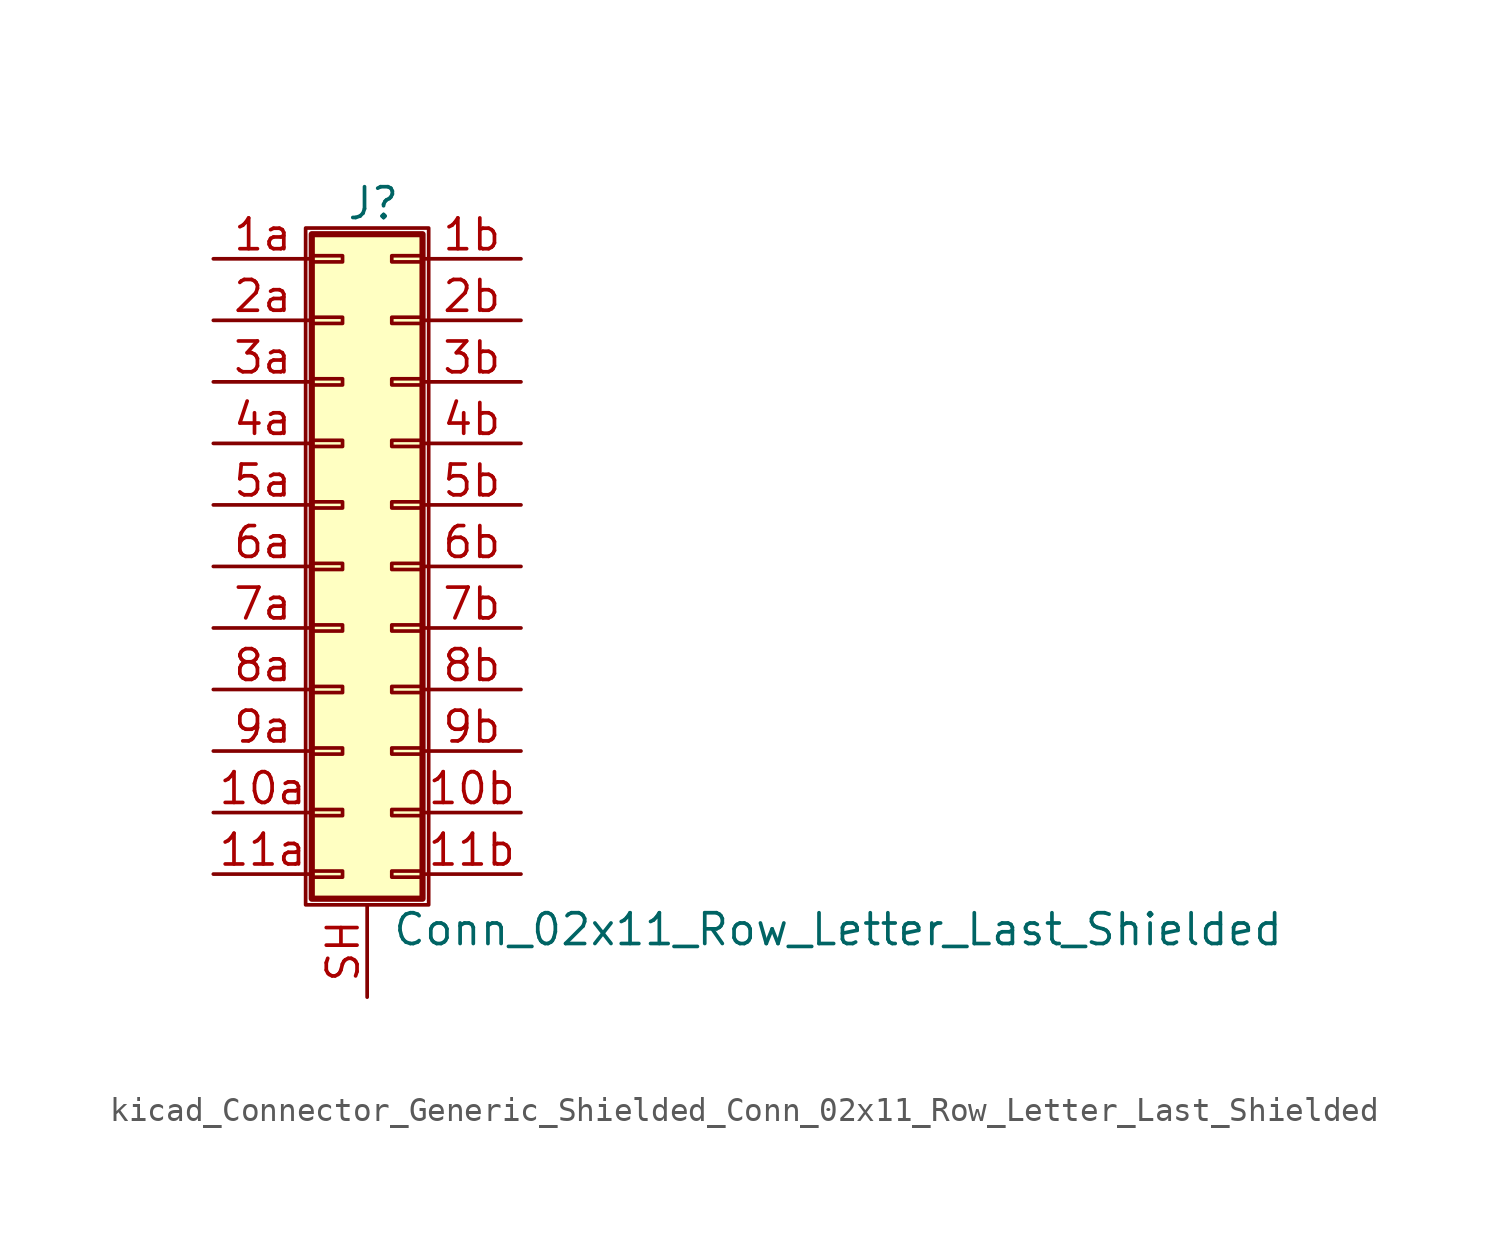
<source format=kicad_sym>
(kicad_symbol_lib
  (version 20220914)
  (generator kicad_symbol_editor)
  (symbol "kicad_Connector_Generic_Shielded_Conn_02x11_Row_Letter_Last_Shielded"
    (pin_names
      (offset 1.016) hide)
    (property "Reference" "J"
      (at 1.524 14.986 0)
      (effects (font (size 1.27 1.27))))
    (property "Value" "Conn_02x11_Row_Letter_Last_Shielded"
      (at 2.286 -14.986 0)
      (effects (font (size 1.27 1.27)) (justify left)))
    (symbol "kicad_Connector_Generic_Shielded_Conn_02x11_Row_Letter_Last_Shielded_1_1"
      (rectangle (start -1.27 13.97) (end 3.81 -13.97) (stroke (width 0.152) (type default)) (fill (type none)))
      (rectangle (start -1.016 -12.573) (end 0.254 -12.827) (stroke (width 0.152) (type default)) (fill (type none)))
      (rectangle (start -1.016 -10.033) (end 0.254 -10.287) (stroke (width 0.152) (type default)) (fill (type none)))
      (rectangle (start -1.016 -7.493) (end 0.254 -7.747) (stroke (width 0.152) (type default)) (fill (type none)))
      (rectangle (start -1.016 -4.953) (end 0.254 -5.207) (stroke (width 0.152) (type default)) (fill (type none)))
      (rectangle (start -1.016 -2.413) (end 0.254 -2.667) (stroke (width 0.152) (type default)) (fill (type none)))
      (rectangle (start -1.016 0.127) (end 0.254 -0.127) (stroke (width 0.152) (type default)) (fill (type none)))
      (rectangle (start -1.016 2.667) (end 0.254 2.413) (stroke (width 0.152) (type default)) (fill (type none)))
      (rectangle (start -1.016 5.207) (end 0.254 4.953) (stroke (width 0.152) (type default)) (fill (type none)))
      (rectangle (start -1.016 7.747) (end 0.254 7.493) (stroke (width 0.152) (type default)) (fill (type none)))
      (rectangle (start -1.016 10.287) (end 0.254 10.033) (stroke (width 0.152) (type default)) (fill (type none)))
      (rectangle (start -1.016 12.827) (end 0.254 12.573) (stroke (width 0.152) (type default)) (fill (type none)))
      (rectangle (start -1.016 13.716) (end 3.556 -13.716) (stroke (width 0.254) (type default)) (fill (type background)))
      (rectangle (start 3.556 -12.573) (end 2.286 -12.827) (stroke (width 0.152) (type default)) (fill (type none)))
      (rectangle (start 3.556 -10.033) (end 2.286 -10.287) (stroke (width 0.152) (type default)) (fill (type none)))
      (rectangle (start 3.556 -7.493) (end 2.286 -7.747) (stroke (width 0.152) (type default)) (fill (type none)))
      (rectangle (start 3.556 -4.953) (end 2.286 -5.207) (stroke (width 0.152) (type default)) (fill (type none)))
      (rectangle (start 3.556 -2.413) (end 2.286 -2.667) (stroke (width 0.152) (type default)) (fill (type none)))
      (rectangle (start 3.556 0.127) (end 2.286 -0.127) (stroke (width 0.152) (type default)) (fill (type none)))
      (rectangle (start 3.556 2.667) (end 2.286 2.413) (stroke (width 0.152) (type default)) (fill (type none)))
      (rectangle (start 3.556 5.207) (end 2.286 4.953) (stroke (width 0.152) (type default)) (fill (type none)))
      (rectangle (start 3.556 7.747) (end 2.286 7.493) (stroke (width 0.152) (type default)) (fill (type none)))
      (rectangle (start 3.556 10.287) (end 2.286 10.033) (stroke (width 0.152) (type default)) (fill (type none)))
      (rectangle (start 3.556 12.827) (end 2.286 12.573) (stroke (width 0.152) (type default)) (fill (type none)))
      (pin passive line (at -5.08 -10.16 0) (length 4.064) (name "Pin_10a" (effects (font (size 1.27 1.27)))) (number "10a" (effects (font (size 1.27 1.27)))))
      (pin passive line (at 7.62 -10.16 180) (length 4.064) (name "Pin_10b" (effects (font (size 1.27 1.27)))) (number "10b" (effects (font (size 1.27 1.27)))))
      (pin passive line (at -5.08 -12.7 0) (length 4.064) (name "Pin_11a" (effects (font (size 1.27 1.27)))) (number "11a" (effects (font (size 1.27 1.27)))))
      (pin passive line (at 7.62 -12.7 180) (length 4.064) (name "Pin_11b" (effects (font (size 1.27 1.27)))) (number "11b" (effects (font (size 1.27 1.27)))))
      (pin passive line (at -5.08 12.7 0) (length 4.064) (name "Pin_1a" (effects (font (size 1.27 1.27)))) (number "1a" (effects (font (size 1.27 1.27)))))
      (pin passive line (at 7.62 12.7 180) (length 4.064) (name "Pin_1b" (effects (font (size 1.27 1.27)))) (number "1b" (effects (font (size 1.27 1.27)))))
      (pin passive line (at -5.08 10.16 0) (length 4.064) (name "Pin_2a" (effects (font (size 1.27 1.27)))) (number "2a" (effects (font (size 1.27 1.27)))))
      (pin passive line (at 7.62 10.16 180) (length 4.064) (name "Pin_2b" (effects (font (size 1.27 1.27)))) (number "2b" (effects (font (size 1.27 1.27)))))
      (pin passive line (at -5.08 7.62 0) (length 4.064) (name "Pin_3a" (effects (font (size 1.27 1.27)))) (number "3a" (effects (font (size 1.27 1.27)))))
      (pin passive line (at 7.62 7.62 180) (length 4.064) (name "Pin_3b" (effects (font (size 1.27 1.27)))) (number "3b" (effects (font (size 1.27 1.27)))))
      (pin passive line (at -5.08 5.08 0) (length 4.064) (name "Pin_4a" (effects (font (size 1.27 1.27)))) (number "4a" (effects (font (size 1.27 1.27)))))
      (pin passive line (at 7.62 5.08 180) (length 4.064) (name "Pin_4b" (effects (font (size 1.27 1.27)))) (number "4b" (effects (font (size 1.27 1.27)))))
      (pin passive line (at -5.08 2.54 0) (length 4.064) (name "Pin_5a" (effects (font (size 1.27 1.27)))) (number "5a" (effects (font (size 1.27 1.27)))))
      (pin passive line (at 7.62 2.54 180) (length 4.064) (name "Pin_5b" (effects (font (size 1.27 1.27)))) (number "5b" (effects (font (size 1.27 1.27)))))
      (pin passive line (at -5.08 0 0) (length 4.064) (name "Pin_6a" (effects (font (size 1.27 1.27)))) (number "6a" (effects (font (size 1.27 1.27)))))
      (pin passive line (at 7.62 0 180) (length 4.064) (name "Pin_6b" (effects (font (size 1.27 1.27)))) (number "6b" (effects (font (size 1.27 1.27)))))
      (pin passive line (at -5.08 -2.54 0) (length 4.064) (name "Pin_7a" (effects (font (size 1.27 1.27)))) (number "7a" (effects (font (size 1.27 1.27)))))
      (pin passive line (at 7.62 -2.54 180) (length 4.064) (name "Pin_7b" (effects (font (size 1.27 1.27)))) (number "7b" (effects (font (size 1.27 1.27)))))
      (pin passive line (at -5.08 -5.08 0) (length 4.064) (name "Pin_8a" (effects (font (size 1.27 1.27)))) (number "8a" (effects (font (size 1.27 1.27)))))
      (pin passive line (at 7.62 -5.08 180) (length 4.064) (name "Pin_8b" (effects (font (size 1.27 1.27)))) (number "8b" (effects (font (size 1.27 1.27)))))
      (pin passive line (at -5.08 -7.62 0) (length 4.064) (name "Pin_9a" (effects (font (size 1.27 1.27)))) (number "9a" (effects (font (size 1.27 1.27)))))
      (pin passive line (at 7.62 -7.62 180) (length 4.064) (name "Pin_9b" (effects (font (size 1.27 1.27)))) (number "9b" (effects (font (size 1.27 1.27)))))
      (pin passive line (at 1.27 -17.78 90) (length 3.81) (name "Shield" (effects (font (size 1.27 1.27)))) (number "SH" (effects (font (size 1.27 1.27))))))))
</source>
